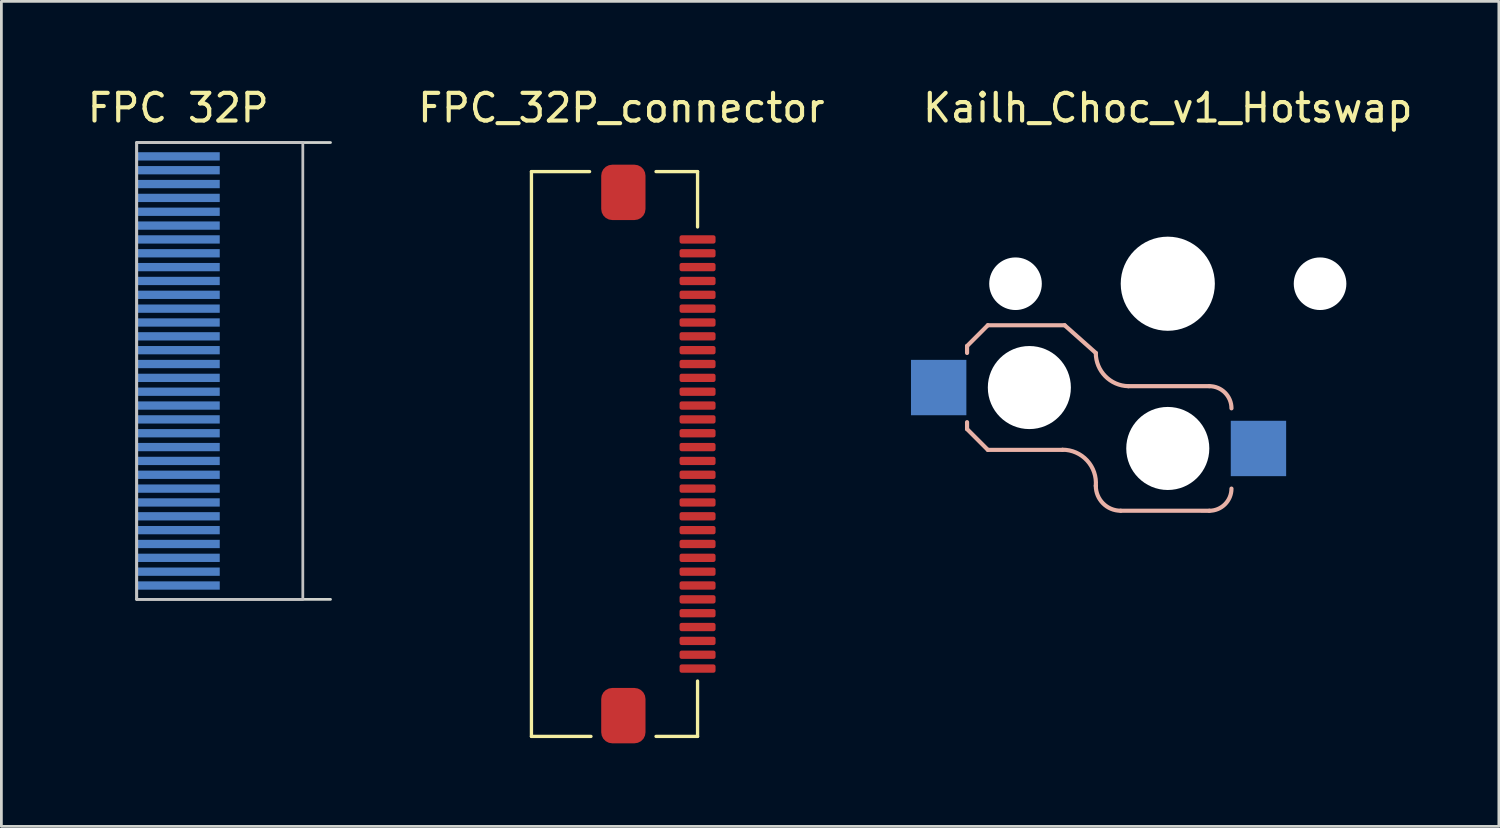
<source format=kicad_pcb>
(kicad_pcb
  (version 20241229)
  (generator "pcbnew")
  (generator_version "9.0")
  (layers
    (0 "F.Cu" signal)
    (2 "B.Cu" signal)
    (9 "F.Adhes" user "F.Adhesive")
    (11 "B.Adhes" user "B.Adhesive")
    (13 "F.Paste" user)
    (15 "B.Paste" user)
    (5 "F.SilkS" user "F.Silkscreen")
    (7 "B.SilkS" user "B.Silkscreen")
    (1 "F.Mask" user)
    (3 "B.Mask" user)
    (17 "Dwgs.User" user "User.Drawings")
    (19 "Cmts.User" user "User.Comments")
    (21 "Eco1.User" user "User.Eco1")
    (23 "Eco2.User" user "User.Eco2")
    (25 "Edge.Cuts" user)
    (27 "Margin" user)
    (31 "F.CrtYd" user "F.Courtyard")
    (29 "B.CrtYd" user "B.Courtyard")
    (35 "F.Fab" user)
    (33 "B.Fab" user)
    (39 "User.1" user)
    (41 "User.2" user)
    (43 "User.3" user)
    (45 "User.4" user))
  (footprint "Kailh_Choc_v1_Hotswap"
    (layer "F.Cu")
    (at 39.129 7.198)
    (property "Reference" "Kailh_Choc_v1_Hotswap" (at 0 -6.35 180) (layer "F.SilkS") (effects (font (size 1 1) (thickness 0.15))))
    (attr through_hole)
    (fp_line (start -7.25 2.25) (end -6.5 1.5) (stroke (width 0.15) (type solid)) (layer "B.SilkS"))
    (fp_line (start -7.25 2.5) (end -7.25 2.25) (stroke (width 0.15) (type default)) (layer "B.SilkS"))
    (fp_line (start -7.25 5.25) (end -7.25 5) (stroke (width 0.15) (type default)) (layer "B.SilkS"))
    (fp_line (start -7.25 5.25) (end -6.5 6) (stroke (width 0.15) (type solid)) (layer "B.SilkS"))
    (fp_line (start -3.8 6) (end -6.5 6) (stroke (width 0.15) (type solid)) (layer "B.SilkS"))
    (fp_line (start -3.725 1.5) (end -6.5 1.5) (stroke (width 0.15) (type solid)) (layer "B.SilkS"))
    (fp_line (start -3.725 1.5) (end -2.6 2.5) (stroke (width 0.15) (type solid)) (layer "B.SilkS"))
    (fp_line (start 1.5 3.7) (end -1.425 3.7) (stroke (width 0.15) (type solid)) (layer "B.SilkS"))
    (fp_line (start 1.5 8.2) (end -1.7 8.199) (stroke (width 0.15) (type solid)) (layer "B.SilkS"))
    (fp_arc (start -3.8 5.995841) (mid -2.913881 6.384653) (end -2.6 7.3) (stroke (width 0.15) (type solid)) (layer "B.SilkS"))
    (fp_arc (start -1.7 8.199362) (mid -2.335945 7.935945) (end -2.599362 7.3) (stroke (width 0.15) (type solid)) (layer "B.SilkS"))
    (fp_arc (start -1.425002 3.700001) (mid -2.257507 3.339827) (end -2.600261 2.5) (stroke (width 0.15) (type solid)) (layer "B.SilkS"))
    (fp_arc (start 1.5 3.7) (mid 2.065685 3.934315) (end 2.3 4.5) (stroke (width 0.15) (type solid)) (layer "B.SilkS"))
    (fp_arc (start 2.3 7.4) (mid 2.065685 7.965685) (end 1.5 8.2) (stroke (width 0.15) (type solid)) (layer "B.SilkS"))
    (pad "" np_thru_hole circle (at -5.5 0) (size 1.9 1.9) (drill 1.9) (layers "*.Cu" "*.Mask"))
    (pad "" np_thru_hole circle (at -5 3.75) (size 3 3) (drill 3) (layers "*.Cu" "*.Mask"))
    (pad "" np_thru_hole circle (at 0 0) (size 3.4 3.4) (drill 3.4) (layers "*.Cu" "*.Mask"))
    (pad "" np_thru_hole circle (at 0 5.95) (size 3 3) (drill 3) (layers "*.Cu" "*.Mask"))
    (pad "" np_thru_hole circle (at 5.5 0) (size 1.9 1.9) (drill 1.9) (layers "*.Cu" "*.Mask"))
    (pad "1" smd rect (at -8.275 3.75) (size 2 2) (layers "B.Cu" "B.Mask" "B.Paste"))
    (pad "2" smd rect (at 3.275 5.95) (size 2 2) (layers "B.Cu" "B.Mask" "B.Paste")))
  (footprint "FPC_32P_connector"
    (layer "F.Cu")
    (at 22.145 13.348)
    (property "Reference" "FPC_32P_connector" (at -2.75 -12.5 0) (unlocked yes) (layer "F.SilkS") (effects (font (size 1 1) (thickness 0.15))))
    (attr smd)
    (fp_line (start -6 -10.2) (end -6 10.2) (stroke (width 0.12) (type default)) (layer "F.SilkS"))
    (fp_line (start -3.9 -10.2) (end -6 -10.2) (stroke (width 0.12) (type default)) (layer "F.SilkS"))
    (fp_line (start -3.85 10.2) (end -6 10.2) (stroke (width 0.12) (type default)) (layer "F.SilkS"))
    (fp_line (start -1.5 -10.2) (end 0 -10.2) (stroke (width 0.12) (type default)) (layer "F.SilkS"))
    (fp_line (start -1.5 10.2) (end 0 10.2) (stroke (width 0.12) (type default)) (layer "F.SilkS"))
    (fp_line (start 0 -10.2) (end 0 -8.2) (stroke (width 0.12) (type default)) (layer "F.SilkS"))
    (fp_line (start 0 10.2) (end 0 8.2) (stroke (width 0.12) (type default)) (layer "F.SilkS"))
    (pad "" smd roundrect (at -2.68 -9.45) (size 1.6 2) (layers "F.Cu" "F.Mask" "F.Paste") (roundrect_rratio 0.25))
    (pad "" smd roundrect (at -2.68 9.45) (size 1.6 2) (layers "F.Cu" "F.Mask" "F.Paste") (roundrect_rratio 0.25))
    (pad "1" smd roundrect (at 0 -7.75) (size 1.3 0.3) (layers "F.Cu" "F.Mask" "F.Paste") (roundrect_rratio 0.25))
    (pad "2" smd roundrect (at 0 -7.25) (size 1.3 0.3) (layers "F.Cu" "F.Mask" "F.Paste") (roundrect_rratio 0.25))
    (pad "3" smd roundrect (at 0 -6.75) (size 1.3 0.3) (layers "F.Cu" "F.Mask" "F.Paste") (roundrect_rratio 0.25))
    (pad "4" smd roundrect (at 0 -6.25) (size 1.3 0.3) (layers "F.Cu" "F.Mask" "F.Paste") (roundrect_rratio 0.25))
    (pad "5" smd roundrect (at 0 -5.75) (size 1.3 0.3) (layers "F.Cu" "F.Mask" "F.Paste") (roundrect_rratio 0.25))
    (pad "6" smd roundrect (at 0 -5.25) (size 1.3 0.3) (layers "F.Cu" "F.Mask" "F.Paste") (roundrect_rratio 0.25))
    (pad "7" smd roundrect (at 0 -4.75) (size 1.3 0.3) (layers "F.Cu" "F.Mask" "F.Paste") (roundrect_rratio 0.25))
    (pad "8" smd roundrect (at 0 -4.25) (size 1.3 0.3) (layers "F.Cu" "F.Mask" "F.Paste") (roundrect_rratio 0.25))
    (pad "9" smd roundrect (at 0 -3.75) (size 1.3 0.3) (layers "F.Cu" "F.Mask" "F.Paste") (roundrect_rratio 0.25))
    (pad "10" smd roundrect (at 0 -3.25) (size 1.3 0.3) (layers "F.Cu" "F.Mask" "F.Paste") (roundrect_rratio 0.25))
    (pad "11" smd roundrect (at 0 -2.75) (size 1.3 0.3) (layers "F.Cu" "F.Mask" "F.Paste") (roundrect_rratio 0.25))
    (pad "12" smd roundrect (at 0 -2.25) (size 1.3 0.3) (layers "F.Cu" "F.Mask" "F.Paste") (roundrect_rratio 0.25))
    (pad "13" smd roundrect (at 0 -1.75) (size 1.3 0.3) (layers "F.Cu" "F.Mask" "F.Paste") (roundrect_rratio 0.25))
    (pad "14" smd roundrect (at 0 -1.25) (size 1.3 0.3) (layers "F.Cu" "F.Mask" "F.Paste") (roundrect_rratio 0.25))
    (pad "15" smd roundrect (at 0 -0.75) (size 1.3 0.3) (layers "F.Cu" "F.Mask" "F.Paste") (roundrect_rratio 0.25))
    (pad "16" smd roundrect (at 0 -0.25) (size 1.3 0.3) (layers "F.Cu" "F.Mask" "F.Paste") (roundrect_rratio 0.25))
    (pad "17" smd roundrect (at 0 0.25) (size 1.3 0.3) (layers "F.Cu" "F.Mask" "F.Paste") (roundrect_rratio 0.25))
    (pad "18" smd roundrect (at 0 0.75) (size 1.3 0.3) (layers "F.Cu" "F.Mask" "F.Paste") (roundrect_rratio 0.25))
    (pad "19" smd roundrect (at 0 1.25) (size 1.3 0.3) (layers "F.Cu" "F.Mask" "F.Paste") (roundrect_rratio 0.25))
    (pad "20" smd roundrect (at 0 1.75) (size 1.3 0.3) (layers "F.Cu" "F.Mask" "F.Paste") (roundrect_rratio 0.25))
    (pad "21" smd roundrect (at 0 2.25) (size 1.3 0.3) (layers "F.Cu" "F.Mask" "F.Paste") (roundrect_rratio 0.25))
    (pad "22" smd roundrect (at 0 2.75) (size 1.3 0.3) (layers "F.Cu" "F.Mask" "F.Paste") (roundrect_rratio 0.25))
    (pad "23" smd roundrect (at 0 3.25) (size 1.3 0.3) (layers "F.Cu" "F.Mask" "F.Paste") (roundrect_rratio 0.25))
    (pad "24" smd roundrect (at 0 3.75) (size 1.3 0.3) (layers "F.Cu" "F.Mask" "F.Paste") (roundrect_rratio 0.25))
    (pad "25" smd roundrect (at 0 4.25) (size 1.3 0.3) (layers "F.Cu" "F.Mask" "F.Paste") (roundrect_rratio 0.25))
    (pad "26" smd roundrect (at 0 4.75) (size 1.3 0.3) (layers "F.Cu" "F.Mask" "F.Paste") (roundrect_rratio 0.25))
    (pad "27" smd roundrect (at 0 5.25) (size 1.3 0.3) (layers "F.Cu" "F.Mask" "F.Paste") (roundrect_rratio 0.25))
    (pad "28" smd roundrect (at 0 5.75) (size 1.3 0.3) (layers "F.Cu" "F.Mask" "F.Paste") (roundrect_rratio 0.25))
    (pad "29" smd roundrect (at 0 6.25) (size 1.3 0.3) (layers "F.Cu" "F.Mask" "F.Paste") (roundrect_rratio 0.25))
    (pad "30" smd roundrect (at 0 6.75) (size 1.3 0.3) (layers "F.Cu" "F.Mask" "F.Paste") (roundrect_rratio 0.25))
    (pad "31" smd roundrect (at 0 7.25) (size 1.3 0.3) (layers "F.Cu" "F.Mask" "F.Paste") (roundrect_rratio 0.25))
    (pad "32" smd roundrect (at 0 7.75) (size 1.3 0.3) (layers "F.Cu" "F.Mask" "F.Paste") (roundrect_rratio 0.25)))
  (footprint "FPC 32P"
    (layer "F.Cu")
    (at 3.387 10.348)
    (property "Reference" "FPC 32P" (at 0 -9.5 0) (unlocked yes) (layer "F.SilkS") (effects (font (size 1 1) (thickness 0.15))))
    (attr smd)
    (fp_rect (start -1.5 -8.25) (end 4.5 8.25) (stroke (width 0.1) (type solid)) (fill no) (layer "Dwgs.User"))
    (fp_line (start -1.5 -8.25) (end -1.5 8.25) (stroke (width 0.1) (type default)) (layer "Edge.Cuts"))
    (fp_line (start -1.5 8.25) (end 5.5 8.25) (stroke (width 0.1) (type default)) (layer "Edge.Cuts"))
    (fp_line (start 5.5 -8.25) (end -1.5 -8.25) (stroke (width 0.1) (type default)) (layer "Edge.Cuts"))
    (pad "1" smd rect (at 0 7.75) (size 3 0.3) (layers "B.Cu" "B.Mask"))
    (pad "2" smd rect (at 0 7.25) (size 3 0.3) (layers "B.Cu" "B.Mask"))
    (pad "3" smd rect (at 0 6.75) (size 3 0.3) (layers "B.Cu" "B.Mask"))
    (pad "4" smd rect (at 0 6.25) (size 3 0.3) (layers "B.Cu" "B.Mask"))
    (pad "5" smd rect (at 0 5.75) (size 3 0.3) (layers "B.Cu" "B.Mask"))
    (pad "6" smd rect (at 0 5.25) (size 3 0.3) (layers "B.Cu" "B.Mask"))
    (pad "7" smd rect (at 0 4.75) (size 3 0.3) (layers "B.Cu" "B.Mask"))
    (pad "8" smd rect (at 0 4.25) (size 3 0.3) (layers "B.Cu" "B.Mask"))
    (pad "9" smd rect (at 0 3.75) (size 3 0.3) (layers "B.Cu" "B.Mask"))
    (pad "10" smd rect (at 0 3.25) (size 3 0.3) (layers "B.Cu" "B.Mask"))
    (pad "11" smd rect (at 0 2.75) (size 3 0.3) (layers "B.Cu" "B.Mask"))
    (pad "12" smd rect (at 0 2.25) (size 3 0.3) (layers "B.Cu" "B.Mask"))
    (pad "13" smd rect (at 0 1.75) (size 3 0.3) (layers "B.Cu" "B.Mask"))
    (pad "14" smd rect (at 0 1.25) (size 3 0.3) (layers "B.Cu" "B.Mask"))
    (pad "15" smd rect (at 0 0.75) (size 3 0.3) (layers "B.Cu" "B.Mask"))
    (pad "16" smd rect (at 0 0.25) (size 3 0.3) (layers "B.Cu" "B.Mask"))
    (pad "17" smd rect (at 0 -0.25) (size 3 0.3) (layers "B.Cu" "B.Mask"))
    (pad "18" smd rect (at 0 -0.75) (size 3 0.3) (layers "B.Cu" "B.Mask"))
    (pad "19" smd rect (at 0 -1.25) (size 3 0.3) (layers "B.Cu" "B.Mask"))
    (pad "20" smd rect (at 0 -1.75) (size 3 0.3) (layers "B.Cu" "B.Mask"))
    (pad "21" smd rect (at 0 -2.25) (size 3 0.3) (layers "B.Cu" "B.Mask"))
    (pad "22" smd rect (at 0 -2.75) (size 3 0.3) (layers "B.Cu" "B.Mask"))
    (pad "23" smd rect (at 0 -3.25) (size 3 0.3) (layers "B.Cu" "B.Mask"))
    (pad "24" smd rect (at 0 -3.75) (size 3 0.3) (layers "B.Cu" "B.Mask"))
    (pad "25" smd rect (at 0 -4.25) (size 3 0.3) (layers "B.Cu" "B.Mask"))
    (pad "26" smd rect (at 0 -4.75) (size 3 0.3) (layers "B.Cu" "B.Mask"))
    (pad "27" smd rect (at 0 -5.25) (size 3 0.3) (layers "B.Cu" "B.Mask"))
    (pad "28" smd rect (at 0 -5.75) (size 3 0.3) (layers "B.Cu" "B.Mask"))
    (pad "29" smd rect (at 0 -6.25) (size 3 0.3) (layers "B.Cu" "B.Mask"))
    (pad "30" smd rect (at 0 -6.75) (size 3 0.3) (layers "B.Cu" "B.Mask"))
    (pad "31" smd rect (at 0 -7.25) (size 3 0.3) (layers "B.Cu" "B.Mask"))
    (pad "32" smd rect (at 0 -7.75) (size 3 0.3) (layers "B.Cu" "B.Mask")))
  (gr_rect
    (start -3 -3)
    (end 51.087 26.798)
    (stroke (width 0.1) (type default))
    (fill no)
    (layer "Edge.Cuts")))
</source>
